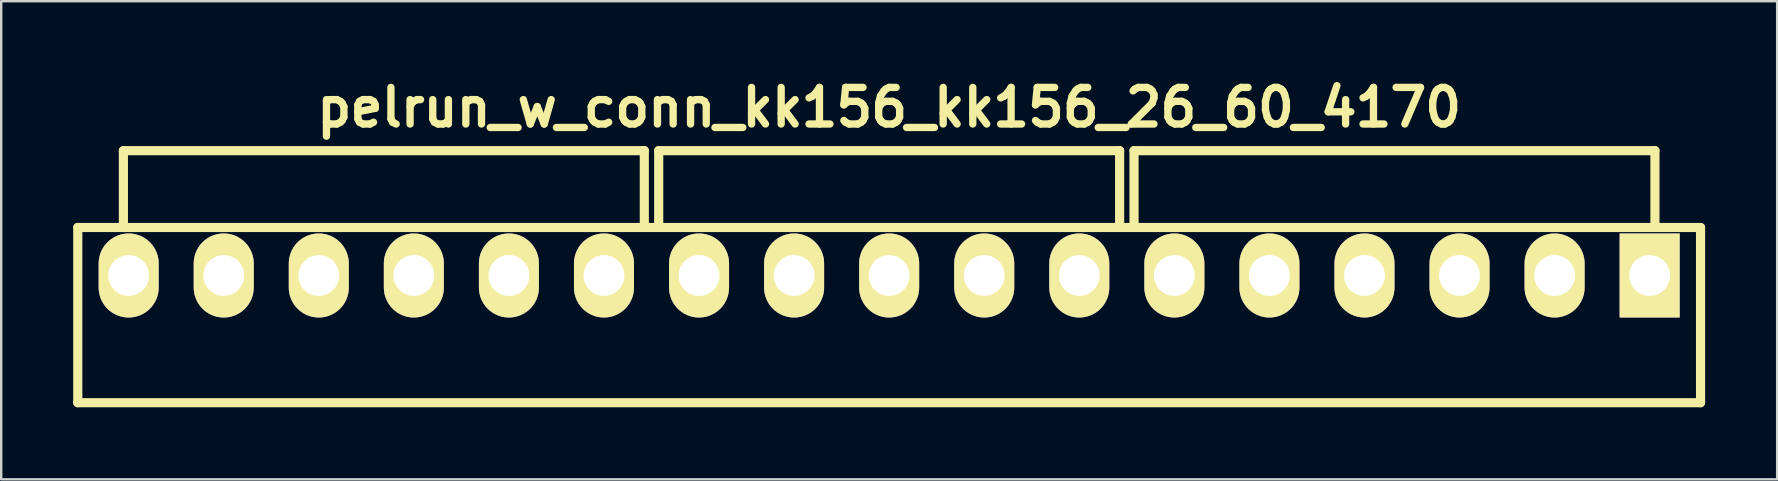
<source format=kicad_pcb>
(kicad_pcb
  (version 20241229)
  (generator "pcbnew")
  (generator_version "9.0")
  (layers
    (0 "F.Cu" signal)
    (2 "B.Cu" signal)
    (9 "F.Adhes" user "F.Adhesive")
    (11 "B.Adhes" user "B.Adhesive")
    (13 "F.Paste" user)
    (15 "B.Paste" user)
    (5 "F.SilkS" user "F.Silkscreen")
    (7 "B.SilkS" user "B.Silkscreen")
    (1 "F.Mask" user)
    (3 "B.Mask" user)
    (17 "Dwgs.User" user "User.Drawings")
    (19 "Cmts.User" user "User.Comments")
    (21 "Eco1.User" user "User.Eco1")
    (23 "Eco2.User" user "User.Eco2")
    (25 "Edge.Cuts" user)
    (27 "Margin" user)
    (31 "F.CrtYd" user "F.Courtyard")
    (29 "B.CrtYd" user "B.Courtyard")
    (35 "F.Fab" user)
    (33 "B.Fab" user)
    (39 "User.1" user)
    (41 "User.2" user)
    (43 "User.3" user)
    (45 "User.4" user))
  (footprint "pelrun_w_conn_kk156_kk156_26_60_4170"
    (layer "F.Cu")
    (at 33.99 8.426)
    (property "Reference" "pelrun_w_conn_kk156_kk156_26_60_4170" (at 0 -7 0) (layer "F.SilkS") (effects (font (size 1.524 1.524) (thickness 0.305))))
    (attr through_hole)
    (fp_line (start -33.8 -2) (end 33.8 -2) (stroke (width 0.381) (type solid)) (layer "F.SilkS"))
    (fp_line (start -33.8 5.3) (end -33.8 -2) (stroke (width 0.381) (type solid)) (layer "F.SilkS"))
    (fp_line (start -33.8 5.3) (end 33.8 5.3) (stroke (width 0.381) (type solid)) (layer "F.SilkS"))
    (fp_line (start -31.9 -2) (end -31.9 -5.2) (stroke (width 0.381) (type solid)) (layer "F.SilkS"))
    (fp_line (start -10.2 -5.2) (end -31.9 -5.2) (stroke (width 0.381) (type solid)) (layer "F.SilkS"))
    (fp_line (start -10.2 -2) (end -10.2 -5.2) (stroke (width 0.381) (type solid)) (layer "F.SilkS"))
    (fp_line (start -9.6 -5.2) (end 9.6 -5.2) (stroke (width 0.381) (type solid)) (layer "F.SilkS"))
    (fp_line (start -9.6 -2) (end -9.6 -5.2) (stroke (width 0.381) (type solid)) (layer "F.SilkS"))
    (fp_line (start 9.6 -5.2) (end 9.6 -2) (stroke (width 0.381) (type solid)) (layer "F.SilkS"))
    (fp_line (start 10.2 -5.2) (end 31.9 -5.2) (stroke (width 0.381) (type solid)) (layer "F.SilkS"))
    (fp_line (start 10.2 -2) (end 10.2 -5.2) (stroke (width 0.381) (type solid)) (layer "F.SilkS"))
    (fp_line (start 31.9 -5.2) (end 31.9 -2) (stroke (width 0.381) (type solid)) (layer "F.SilkS"))
    (fp_line (start 33.8 -2) (end 33.8 5.3) (stroke (width 0.381) (type solid)) (layer "F.SilkS"))
    (pad "1" thru_hole rect (at 31.68 0) (size 2.5 3.5) (drill 1.7) (layers "*.Cu" "*.Mask" "F.SilkS"))
    (pad "2" thru_hole oval (at 27.72 0) (size 2.5 3.5) (drill 1.7) (layers "*.Cu" "*.Mask" "F.SilkS"))
    (pad "3" thru_hole oval (at 23.76 0) (size 2.5 3.5) (drill 1.7) (layers "*.Cu" "*.Mask" "F.SilkS"))
    (pad "4" thru_hole oval (at 19.8 0) (size 2.5 3.5) (drill 1.7) (layers "*.Cu" "*.Mask" "F.SilkS"))
    (pad "5" thru_hole oval (at 15.84 0) (size 2.5 3.5) (drill 1.7) (layers "*.Cu" "*.Mask" "F.SilkS"))
    (pad "6" thru_hole oval (at 11.88 0) (size 2.5 3.5) (drill 1.7) (layers "*.Cu" "*.Mask" "F.SilkS"))
    (pad "7" thru_hole oval (at 7.92 0) (size 2.5 3.5) (drill 1.7) (layers "*.Cu" "*.Mask" "F.SilkS"))
    (pad "8" thru_hole oval (at 3.96 0) (size 2.5 3.5) (drill 1.7) (layers "*.Cu" "*.Mask" "F.SilkS"))
    (pad "9" thru_hole oval (at 0 0) (size 2.5 3.5) (drill 1.7) (layers "*.Cu" "*.Mask" "F.SilkS"))
    (pad "10" thru_hole oval (at -3.96 0) (size 2.5 3.5) (drill 1.7) (layers "*.Cu" "*.Mask" "F.SilkS"))
    (pad "11" thru_hole oval (at -7.92 0) (size 2.5 3.5) (drill 1.7) (layers "*.Cu" "*.Mask" "F.SilkS"))
    (pad "12" thru_hole oval (at -11.88 0) (size 2.5 3.5) (drill 1.7) (layers "*.Cu" "*.Mask" "F.SilkS"))
    (pad "13" thru_hole oval (at -15.84 0) (size 2.5 3.5) (drill 1.7) (layers "*.Cu" "*.Mask" "F.SilkS"))
    (pad "14" thru_hole oval (at -19.8 0) (size 2.5 3.5) (drill 1.7) (layers "*.Cu" "*.Mask" "F.SilkS"))
    (pad "15" thru_hole oval (at -23.76 0) (size 2.5 3.5) (drill 1.7) (layers "*.Cu" "*.Mask" "F.SilkS"))
    (pad "16" thru_hole oval (at -27.72 0) (size 2.5 3.5) (drill 1.7) (layers "*.Cu" "*.Mask" "F.SilkS"))
    (pad "17" thru_hole oval (at -31.68 0) (size 2.5 3.5) (drill 1.7) (layers "*.Cu" "*.Mask" "F.SilkS")))
  (gr_rect
    (start -3 -3)
    (end 70.981 16.917)
    (stroke (width 0.1) (type default))
    (fill no)
    (layer "Edge.Cuts")))
</source>
